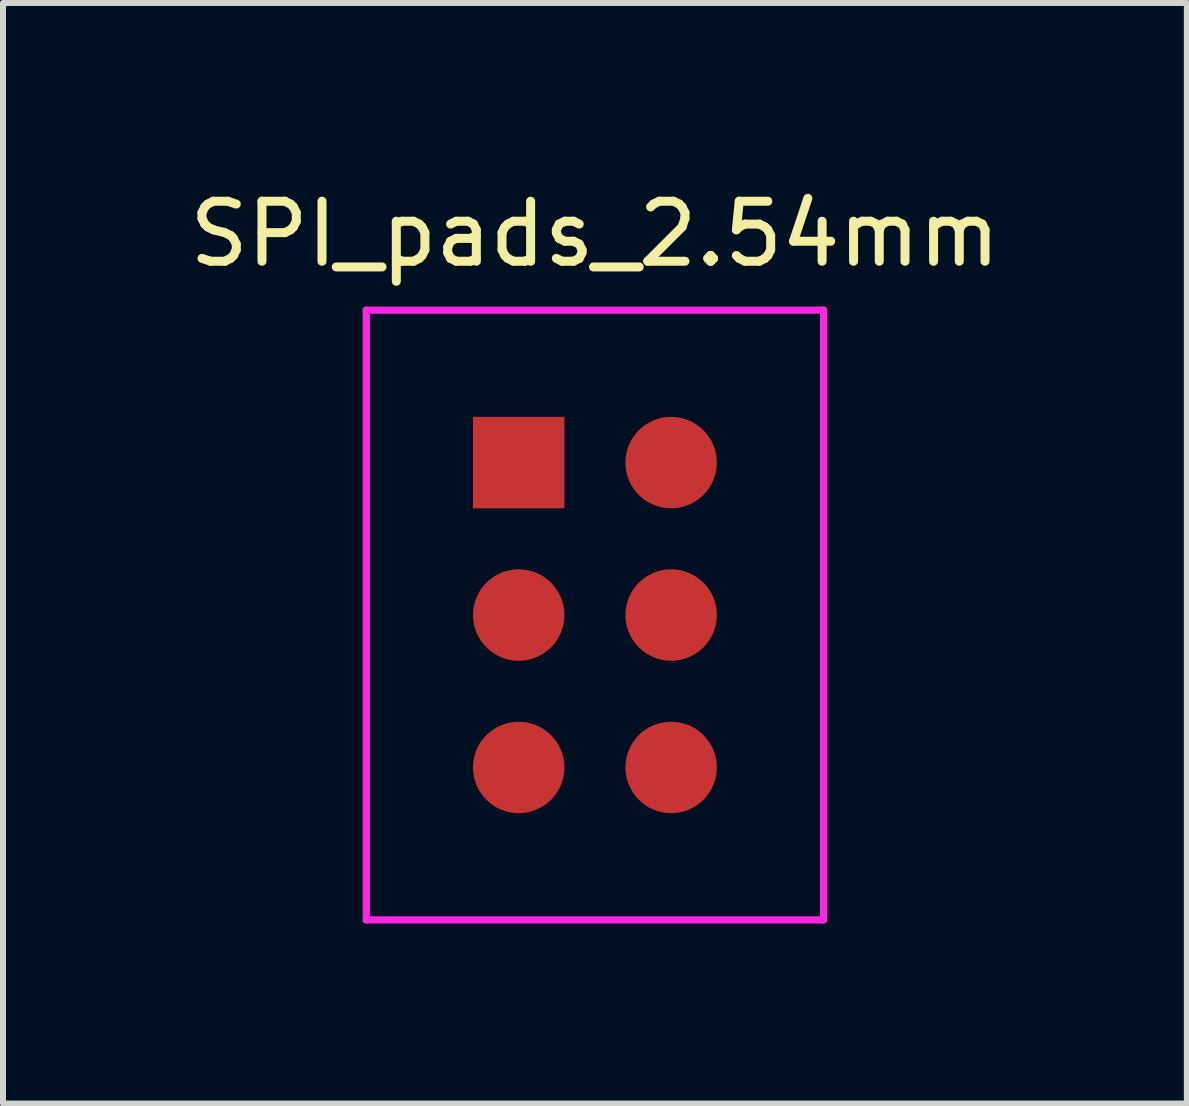
<source format=kicad_pcb>
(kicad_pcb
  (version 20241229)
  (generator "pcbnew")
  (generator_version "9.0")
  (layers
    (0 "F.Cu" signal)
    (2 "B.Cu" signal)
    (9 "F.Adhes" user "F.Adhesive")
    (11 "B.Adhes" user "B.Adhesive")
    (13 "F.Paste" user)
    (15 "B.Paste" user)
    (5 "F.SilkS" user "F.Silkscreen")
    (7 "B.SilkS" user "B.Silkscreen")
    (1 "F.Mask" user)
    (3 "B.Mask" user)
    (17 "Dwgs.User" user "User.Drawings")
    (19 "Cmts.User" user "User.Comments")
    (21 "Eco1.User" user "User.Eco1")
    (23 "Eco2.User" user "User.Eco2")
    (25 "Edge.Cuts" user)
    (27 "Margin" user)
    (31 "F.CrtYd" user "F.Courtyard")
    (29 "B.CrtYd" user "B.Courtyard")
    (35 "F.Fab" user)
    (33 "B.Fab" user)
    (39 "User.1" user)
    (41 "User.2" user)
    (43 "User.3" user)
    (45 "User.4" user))
  (footprint "SPI_pads_2.54mm"
    (layer "F.Cu")
    (at 6.863 7.198)
    (property "Reference" "SPI_pads_2.54mm" (at 0 -6.35 0) (layer "F.SilkS") (effects (font (size 1 1) (thickness 0.15))))
    (attr through_hole)
    (fp_line (start -3.81 -5.08) (end 3.81 -5.08) (stroke (width 0.12) (type solid)) (layer "F.CrtYd"))
    (fp_line (start -3.81 5.08) (end -3.81 -5.08) (stroke (width 0.12) (type solid)) (layer "F.CrtYd"))
    (fp_line (start 3.81 -5.08) (end 3.81 5.08) (stroke (width 0.12) (type solid)) (layer "F.CrtYd"))
    (fp_line (start 3.81 5.08) (end -3.81 5.08) (stroke (width 0.12) (type solid)) (layer "F.CrtYd"))
    (pad "1" connect rect (at -1.27 -2.54) (size 1.524 1.524) (layers "F.Cu" "F.Mask"))
    (pad "2" connect circle (at 1.27 -2.54) (size 1.524 1.524) (layers "F.Cu" "F.Mask"))
    (pad "3" connect circle (at -1.27 0) (size 1.524 1.524) (layers "F.Cu" "F.Mask"))
    (pad "4" connect circle (at 1.27 0) (size 1.524 1.524) (layers "F.Cu" "F.Mask"))
    (pad "5" connect circle (at -1.27 2.54) (size 1.524 1.524) (layers "F.Cu" "F.Mask"))
    (pad "6" connect circle (at 1.27 2.54) (size 1.524 1.524) (layers "F.Cu" "F.Mask")))
  (gr_rect
    (start -3 -3)
    (end 16.726 15.338)
    (stroke (width 0.1) (type default))
    (fill no)
    (layer "Edge.Cuts")))
</source>
